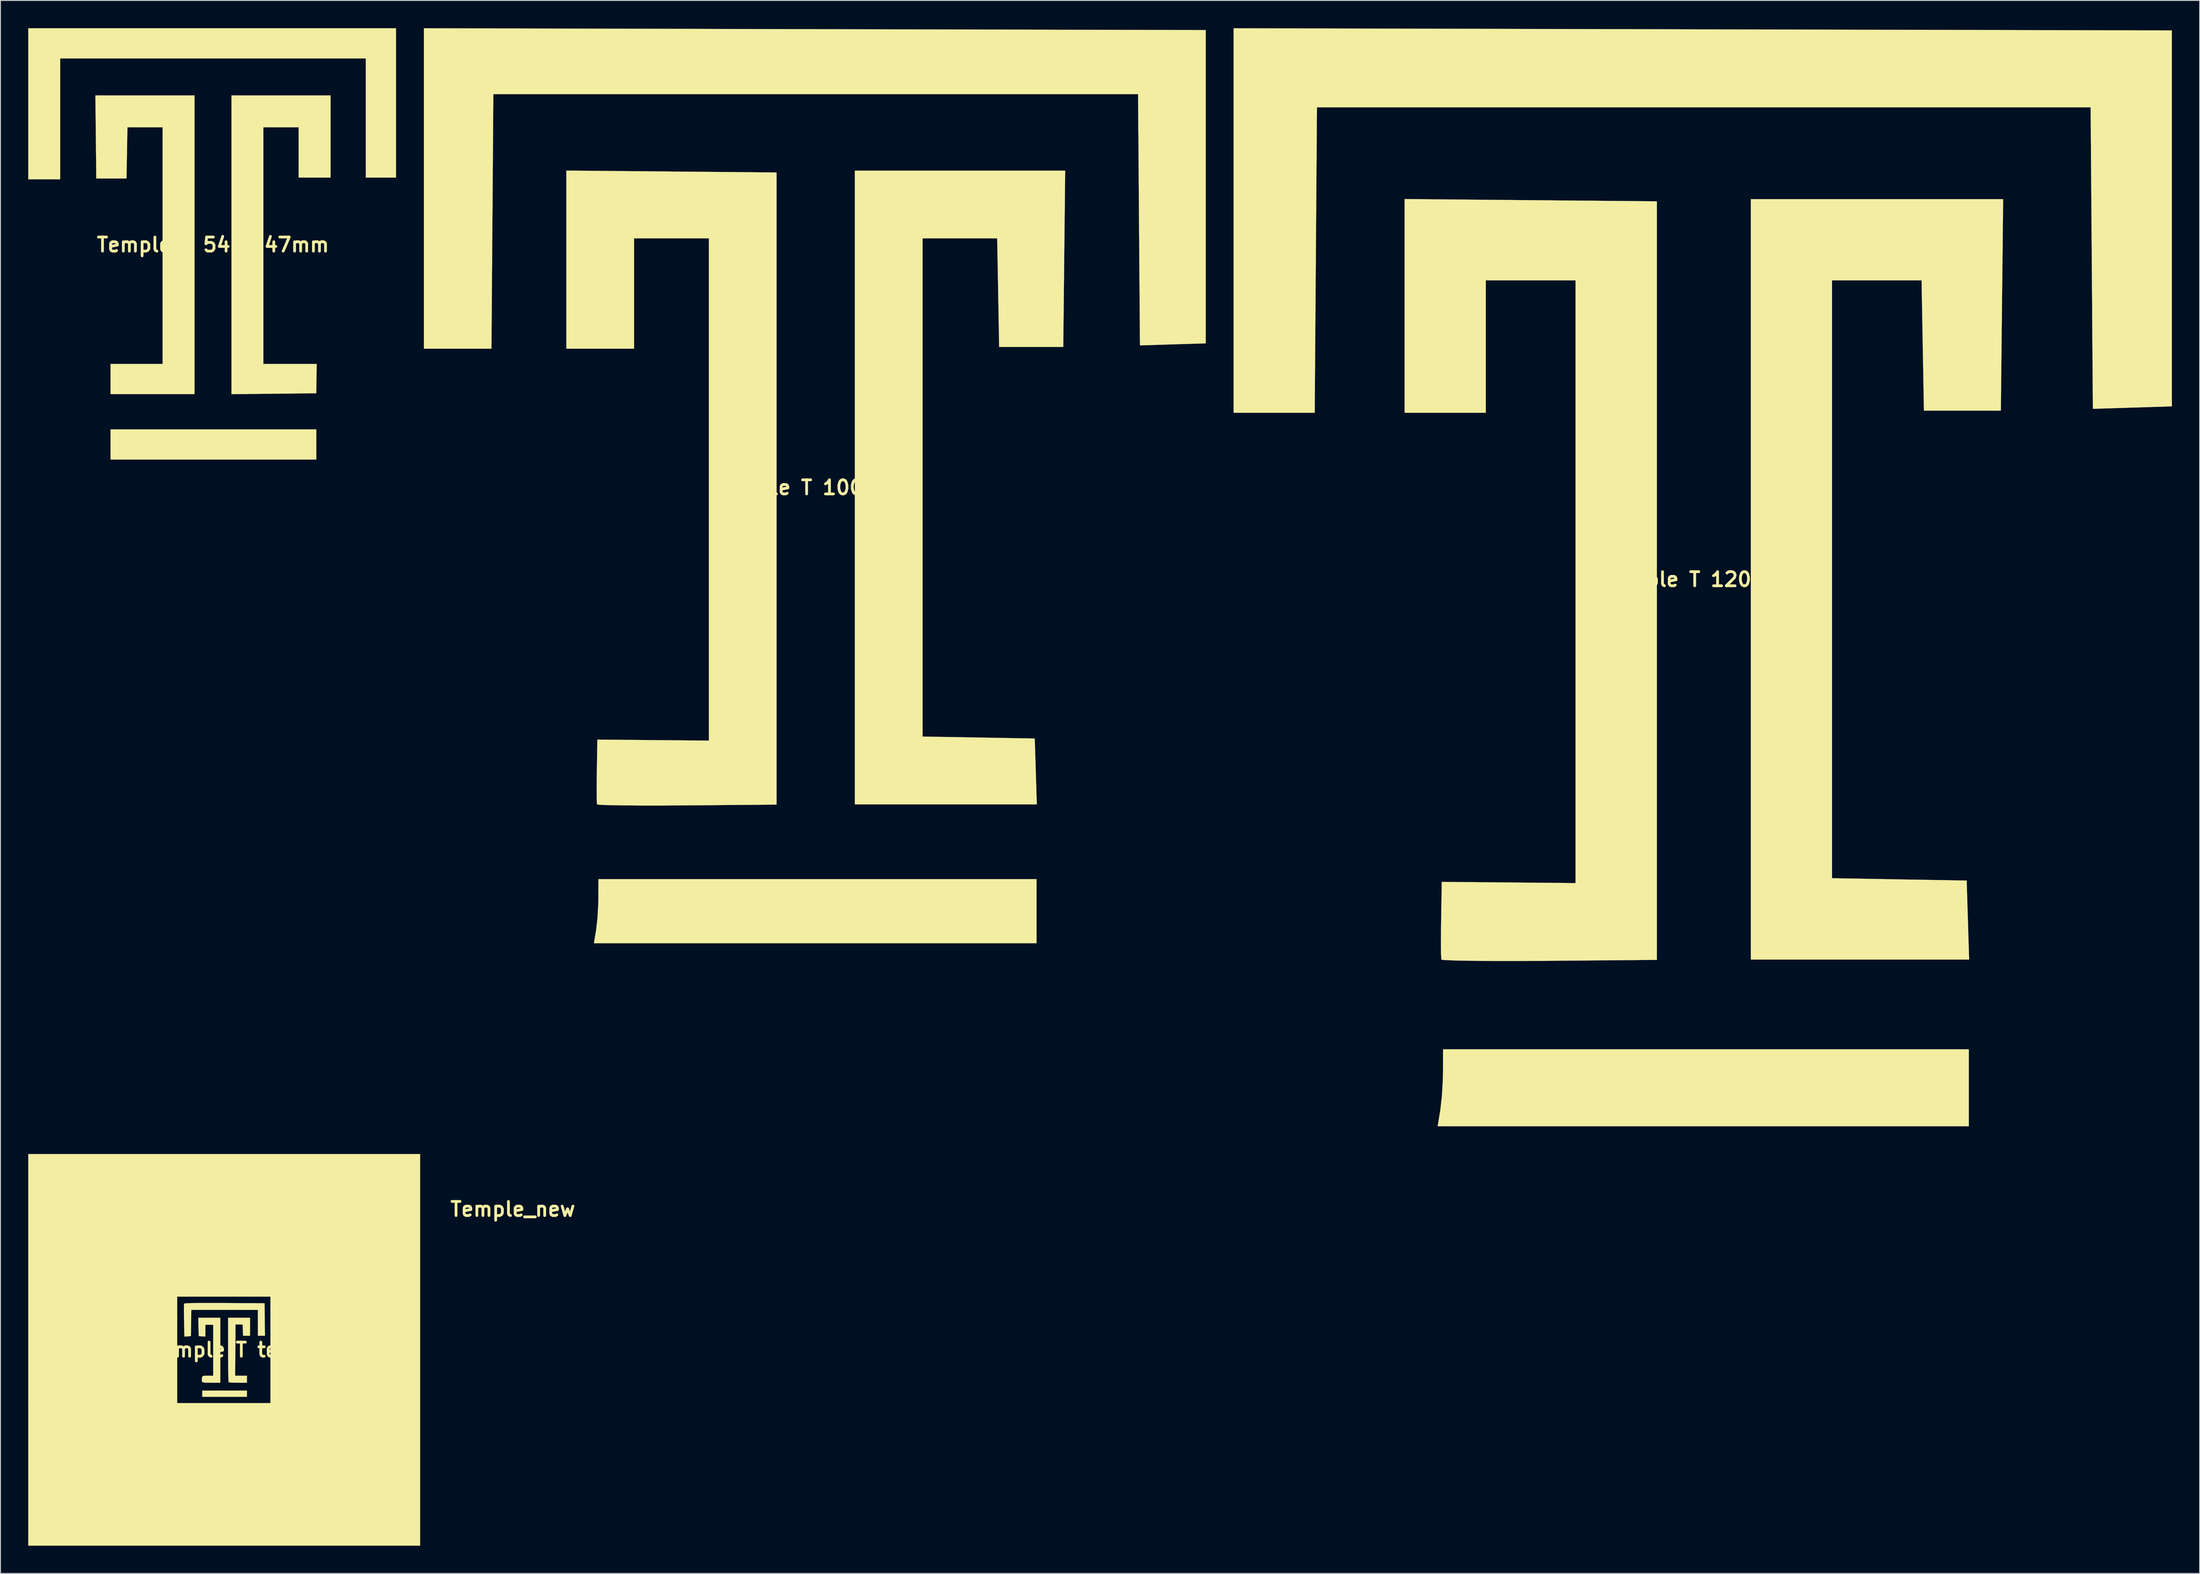
<source format=kicad_pcb>
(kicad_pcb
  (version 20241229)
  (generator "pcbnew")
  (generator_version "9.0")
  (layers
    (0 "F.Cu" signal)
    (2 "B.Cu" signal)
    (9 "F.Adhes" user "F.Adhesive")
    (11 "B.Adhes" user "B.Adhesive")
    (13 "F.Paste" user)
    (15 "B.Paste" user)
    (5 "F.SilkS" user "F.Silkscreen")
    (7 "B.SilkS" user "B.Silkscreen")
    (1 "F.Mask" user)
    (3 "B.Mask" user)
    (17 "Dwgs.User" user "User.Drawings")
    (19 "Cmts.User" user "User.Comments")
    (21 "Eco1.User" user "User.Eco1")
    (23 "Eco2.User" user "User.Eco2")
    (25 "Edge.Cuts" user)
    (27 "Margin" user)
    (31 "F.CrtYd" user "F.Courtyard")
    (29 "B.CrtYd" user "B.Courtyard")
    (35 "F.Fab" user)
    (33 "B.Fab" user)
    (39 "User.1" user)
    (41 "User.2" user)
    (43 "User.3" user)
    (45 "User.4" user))
  (footprint "Temple_new"
    (layer "F.Cu")
    (at 52.354 127.664)
    (property "Reference" "Temple_new" (at 0 0 0) (layer "F.SilkS") (effects (font (size 1.524 1.524) (thickness 0.3))))
    (attr through_hole)
    (fp_poly (pts (xy 2.863 5.911) (xy -2.875 5.911) (xy -2.847 5.738) (xy -2.829 5.585) (xy -2.819 5.399) (xy -2.818 5.322) (xy -2.817 5.08) (xy 2.863 5.08) (xy 2.863 5.911)) (stroke (width 0.01) (type solid)) (fill no) (layer "Eco1.User"))
    (fp_poly (pts (xy -0.012 -5.946) (xy 5.057 -5.934) (xy 5.057 -1.87) (xy 4.63 -1.857) (xy 4.204 -1.844) (xy 4.192 -3.473) (xy 4.179 -5.103) (xy -4.179 -5.103) (xy -4.192 -3.452) (xy -4.204 -1.801) (xy -5.08 -1.801) (xy -5.08 -5.958) (xy -0.012 -5.946)) (stroke (width 0.01) (type solid)) (fill no) (layer "Eco1.User"))
    (fp_poly (pts (xy 3.222 -2.967) (xy 3.21 -1.824) (xy 2.378 -1.824) (xy 2.366 -2.528) (xy 2.353 -3.233) (xy 1.385 -3.233) (xy 1.385 3.23) (xy 2.84 3.256) (xy 2.853 3.683) (xy 2.867 4.11) (xy 0.508 4.11) (xy 0.508 -4.11) (xy 3.234 -4.11) (xy 3.222 -2.967)) (stroke (width 0.01) (type solid)) (fill no) (layer "Eco1.User"))
    (fp_poly (pts (xy -1.87 -4.099) (xy -0.507 -4.087) (xy -0.507 0.013) (xy -0.507 4.113) (xy -1.666 4.123) (xy -1.983 4.125) (xy -2.268 4.125) (xy -2.508 4.123) (xy -2.691 4.12) (xy -2.803 4.115) (xy -2.835 4.11) (xy -2.839 4.057) (xy -2.84 3.933) (xy -2.839 3.762) (xy -2.838 3.679) (xy -2.831 3.27) (xy -2.108 3.276) (xy -1.385 3.283) (xy -1.385 -3.233) (xy -2.355 -3.233) (xy -2.355 -1.801) (xy -3.233 -1.801) (xy -3.233 -4.112) (xy -1.87 -4.099)) (stroke (width 0.01) (type solid)) (fill no) (layer "Eco1.User")))
  (footprint "Temple T 54by 47mm"
    (layer "F.Cu")
    (at 19.962 23.409)
    (property "Reference" "Temple T 54by 47mm" (at 0 0 0) (layer "F.SilkS") (effects (font (size 1.524 1.524) (thickness 0.3))))
    (attr through_hole)
    (fp_poly (pts (xy 11.158 19.957) (xy 11.158 23.223) (xy 0.045 23.223) (xy -11.067 23.223) (xy -11.067 19.957) (xy 0.045 19.957) (xy 11.158 19.957)) (stroke (width 0.01) (type solid)) (fill yes) (layer "F.SilkS"))
    (fp_poly (pts (xy 19.776 -7.257) (xy 16.51 -7.257) (xy 16.51 -20.139) (xy -16.51 -20.139) (xy -16.51 -7.076) (xy -19.957 -7.076) (xy -19.957 -23.404) (xy 19.776 -23.404) (xy 19.776 -7.257)) (stroke (width 0.01) (type solid)) (fill yes) (layer "F.SilkS"))
    (fp_poly (pts (xy -1.996 16.147) (xy -11.067 16.147) (xy -11.067 12.881) (xy -5.443 12.881) (xy -5.443 -12.7) (xy -9.243 -12.7) (xy -9.344 -7.166) (xy -12.609 -7.166) (xy -12.658 -11.657) (xy -12.706 -16.147) (xy -1.996 -16.147) (xy -1.996 16.147)) (stroke (width 0.01) (type solid)) (fill yes) (layer "F.SilkS"))
    (fp_poly (pts (xy 12.7 -7.257) (xy 9.253 -7.257) (xy 9.253 -12.7) (xy 5.443 -12.7) (xy 5.443 12.881) (xy 11.205 12.881) (xy 11.158 16.056) (xy 6.577 16.105) (xy 1.996 16.153) (xy 1.996 -16.147) (xy 12.7 -16.147) (xy 12.7 -7.257)) (stroke (width 0.01) (type solid)) (fill yes) (layer "F.SilkS")))
  (footprint "Temple T test"
    (layer "F.Cu")
    (at 21.172 142.873)
    (property "Reference" "Temple T test" (at 0 0 0) (layer "F.SilkS") (effects (font (size 1.524 1.524) (thickness 0.3))))
    (attr through_hole)
    (fp_poly (pts (xy 2.455 5.08) (xy -2.371 5.08) (xy -2.371 4.403) (xy 2.455 4.403) (xy 2.455 5.08)) (stroke (width 0.01) (type solid)) (fill yes) (layer "F.SilkS"))
    (fp_poly (pts (xy 21.167 21.167) (xy -21.167 21.167) (xy -21.167 -5.757) (xy -5.08 -5.757) (xy -5.08 5.757) (xy 4.995 5.757) (xy 4.995 -5.757) (xy -5.08 -5.757) (xy -21.167 -5.757) (xy -21.167 -21.167) (xy 21.167 -21.167) (xy 21.167 21.167)) (stroke (width 0.01) (type solid)) (fill yes) (layer "F.SilkS"))
    (fp_poly (pts (xy -0.423 3.556) (xy -1.388 3.556) (xy -1.821 3.552) (xy -2.112 3.538) (xy -2.288 3.509) (xy -2.378 3.464) (xy -2.402 3.428) (xy -2.421 3.256) (xy -2.4 3.047) (xy -2.367 2.914) (xy -2.307 2.838) (xy -2.179 2.804) (xy -1.943 2.794) (xy -1.767 2.794) (xy -1.185 2.794) (xy -1.185 -2.709) (xy -2.032 -2.709) (xy -2.032 -1.43) (xy -2.392 -1.456) (xy -2.752 -1.482) (xy -2.776 -2.477) (xy -2.799 -3.471) (xy -0.423 -3.471) (xy -0.423 3.556)) (stroke (width 0.01) (type solid)) (fill yes) (layer "F.SilkS"))
    (fp_poly (pts (xy 2.794 -1.524) (xy 2.039 -1.524) (xy 2.015 -2.131) (xy 1.99 -2.738) (xy 1.609 -2.745) (xy 1.228 -2.752) (xy 1.205 0.021) (xy 1.183 2.794) (xy 2.455 2.794) (xy 2.455 3.556) (xy 1.496 3.556) (xy 1.108 3.551) (xy 0.785 3.539) (xy 0.563 3.52) (xy 0.48 3.5) (xy 0.468 3.405) (xy 0.456 3.16) (xy 0.446 2.781) (xy 0.438 2.288) (xy 0.431 1.698) (xy 0.426 1.029) (xy 0.424 0.299) (xy 0.423 -0.014) (xy 0.423 -3.471) (xy 2.794 -3.471) (xy 2.794 -1.524)) (stroke (width 0.01) (type solid)) (fill yes) (layer "F.SilkS"))
    (fp_poly (pts (xy -1.352 -5.065) (xy -0.413 -5.062) (xy 0.031 -5.06) (xy 4.36 -5.038) (xy 4.406 -1.524) (xy 3.641 -1.524) (xy 3.641 -4.318) (xy -3.552 -4.318) (xy -3.575 -2.9) (xy -3.598 -1.482) (xy -3.949 -1.456) (xy -4.3 -1.43) (xy -4.335 -3.149) (xy -4.344 -3.677) (xy -4.348 -4.149) (xy -4.349 -4.539) (xy -4.345 -4.82) (xy -4.337 -4.965) (xy -4.334 -4.975) (xy -4.294 -5) (xy -4.181 -5.02) (xy -3.985 -5.036) (xy -3.695 -5.049) (xy -3.298 -5.058) (xy -2.783 -5.063) (xy -2.138 -5.065) (xy -1.352 -5.065)) (stroke (width 0.01) (type solid)) (fill yes) (layer "F.SilkS")))
  (footprint "Temple T 100x115"
    (layer "F.Cu")
    (at 85.081 49.654)
    (property "Reference" "Temple T 100x115" (at 0 0 0) (layer "F.SilkS") (effects (font (size 1.524 1.524) (thickness 0.3))))
    (attr through_hole)
    (fp_poly (pts (xy 23.861 49.261) (xy -23.961 49.261) (xy -23.723 47.817) (xy -23.578 46.541) (xy -23.491 44.994) (xy -23.48 44.354) (xy -23.476 42.333) (xy 23.861 42.333) (xy 23.861 49.261)) (stroke (width 0.01) (type solid)) (fill yes) (layer "F.SilkS"))
    (fp_poly (pts (xy -0.096 -49.551) (xy 42.141 -49.453) (xy 42.141 -15.586) (xy 38.586 -15.476) (xy 35.031 -15.365) (xy 34.93 -28.945) (xy 34.829 -42.526) (xy -34.829 -42.526) (xy -34.93 -28.767) (xy -35.031 -15.009) (xy -42.333 -15.009) (xy -42.333 -49.649) (xy -0.096 -49.551)) (stroke (width 0.01) (type solid)) (fill yes) (layer "F.SilkS"))
    (fp_poly (pts (xy 26.85 -24.727) (xy 26.747 -15.202) (xy 19.82 -15.202) (xy 19.713 -21.07) (xy 19.607 -26.939) (xy 11.545 -26.939) (xy 11.545 26.92) (xy 17.607 27.026) (xy 23.668 27.132) (xy 23.779 30.692) (xy 23.889 34.252) (xy 4.233 34.252) (xy 4.233 -34.252) (xy 26.953 -34.252) (xy 26.85 -24.727)) (stroke (width 0.01) (type solid)) (fill yes) (layer "F.SilkS"))
    (fp_poly (pts (xy -15.582 -34.161) (xy -4.225 -34.059) (xy -4.225 34.279) (xy -13.887 34.361) (xy -16.528 34.377) (xy -18.9 34.376) (xy -20.899 34.361) (xy -22.421 34.333) (xy -23.362 34.293) (xy -23.628 34.252) (xy -23.657 33.805) (xy -23.667 32.776) (xy -23.658 31.35) (xy -23.648 30.655) (xy -23.591 27.25) (xy -17.568 27.304) (xy -11.545 27.358) (xy -11.545 -26.939) (xy -19.627 -26.939) (xy -19.627 -15.009) (xy -26.939 -15.009) (xy -26.939 -34.263) (xy -15.582 -34.161)) (stroke (width 0.01) (type solid)) (fill yes) (layer "F.SilkS")))
  (footprint "Temple T 120x138"
    (layer "F.Cu")
    (at 181.032 59.584)
    (property "Reference" "Temple T 120x138" (at 0 0 0) (layer "F.SilkS") (effects (font (size 1.524 1.524) (thickness 0.3))))
    (attr through_hole)
    (fp_poly (pts (xy 28.633 59.113) (xy -28.754 59.113) (xy -28.467 57.381) (xy -28.294 55.849) (xy -28.19 53.993) (xy -28.176 53.225) (xy -28.171 50.8) (xy 28.633 50.8) (xy 28.633 59.113)) (stroke (width 0.01) (type solid)) (fill yes) (layer "F.SilkS"))
    (fp_poly (pts (xy -0.115 -59.461) (xy 50.569 -59.344) (xy 50.569 -18.704) (xy 46.303 -18.571) (xy 42.037 -18.438) (xy 41.916 -34.735) (xy 41.795 -51.031) (xy -41.795 -51.031) (xy -42.037 -18.011) (xy -50.8 -18.011) (xy -50.8 -59.579) (xy -0.115 -59.461)) (stroke (width 0.01) (type solid)) (fill yes) (layer "F.SilkS"))
    (fp_poly (pts (xy 32.096 -18.242) (xy 23.784 -18.242) (xy 23.656 -25.285) (xy 23.529 -32.327) (xy 13.855 -32.327) (xy 13.855 32.304) (xy 21.128 32.431) (xy 28.402 32.558) (xy 28.667 41.102) (xy 5.08 41.102) (xy 5.08 -41.102) (xy 32.343 -41.102) (xy 32.096 -18.242)) (stroke (width 0.01) (type solid)) (fill yes) (layer "F.SilkS"))
    (fp_poly (pts (xy -18.698 -40.993) (xy -5.07 -40.871) (xy -5.07 41.134) (xy -16.664 41.234) (xy -19.834 41.252) (xy -22.68 41.251) (xy -25.079 41.233) (xy -26.905 41.2) (xy -28.035 41.151) (xy -28.353 41.102) (xy -28.388 40.566) (xy -28.401 39.331) (xy -28.39 37.621) (xy -28.378 36.786) (xy -28.309 32.7) (xy -13.855 32.83) (xy -13.855 -32.327) (xy -23.553 -32.327) (xy -23.553 -18.011) (xy -32.327 -18.011) (xy -32.327 -41.116) (xy -18.698 -40.993)) (stroke (width 0.01) (type solid)) (fill yes) (layer "F.SilkS")))
  (gr_rect
    (start -3 -3)
    (end 234.606 167.045)
    (stroke (width 0.1) (type default))
    (fill no)
    (layer "Edge.Cuts")))
</source>
